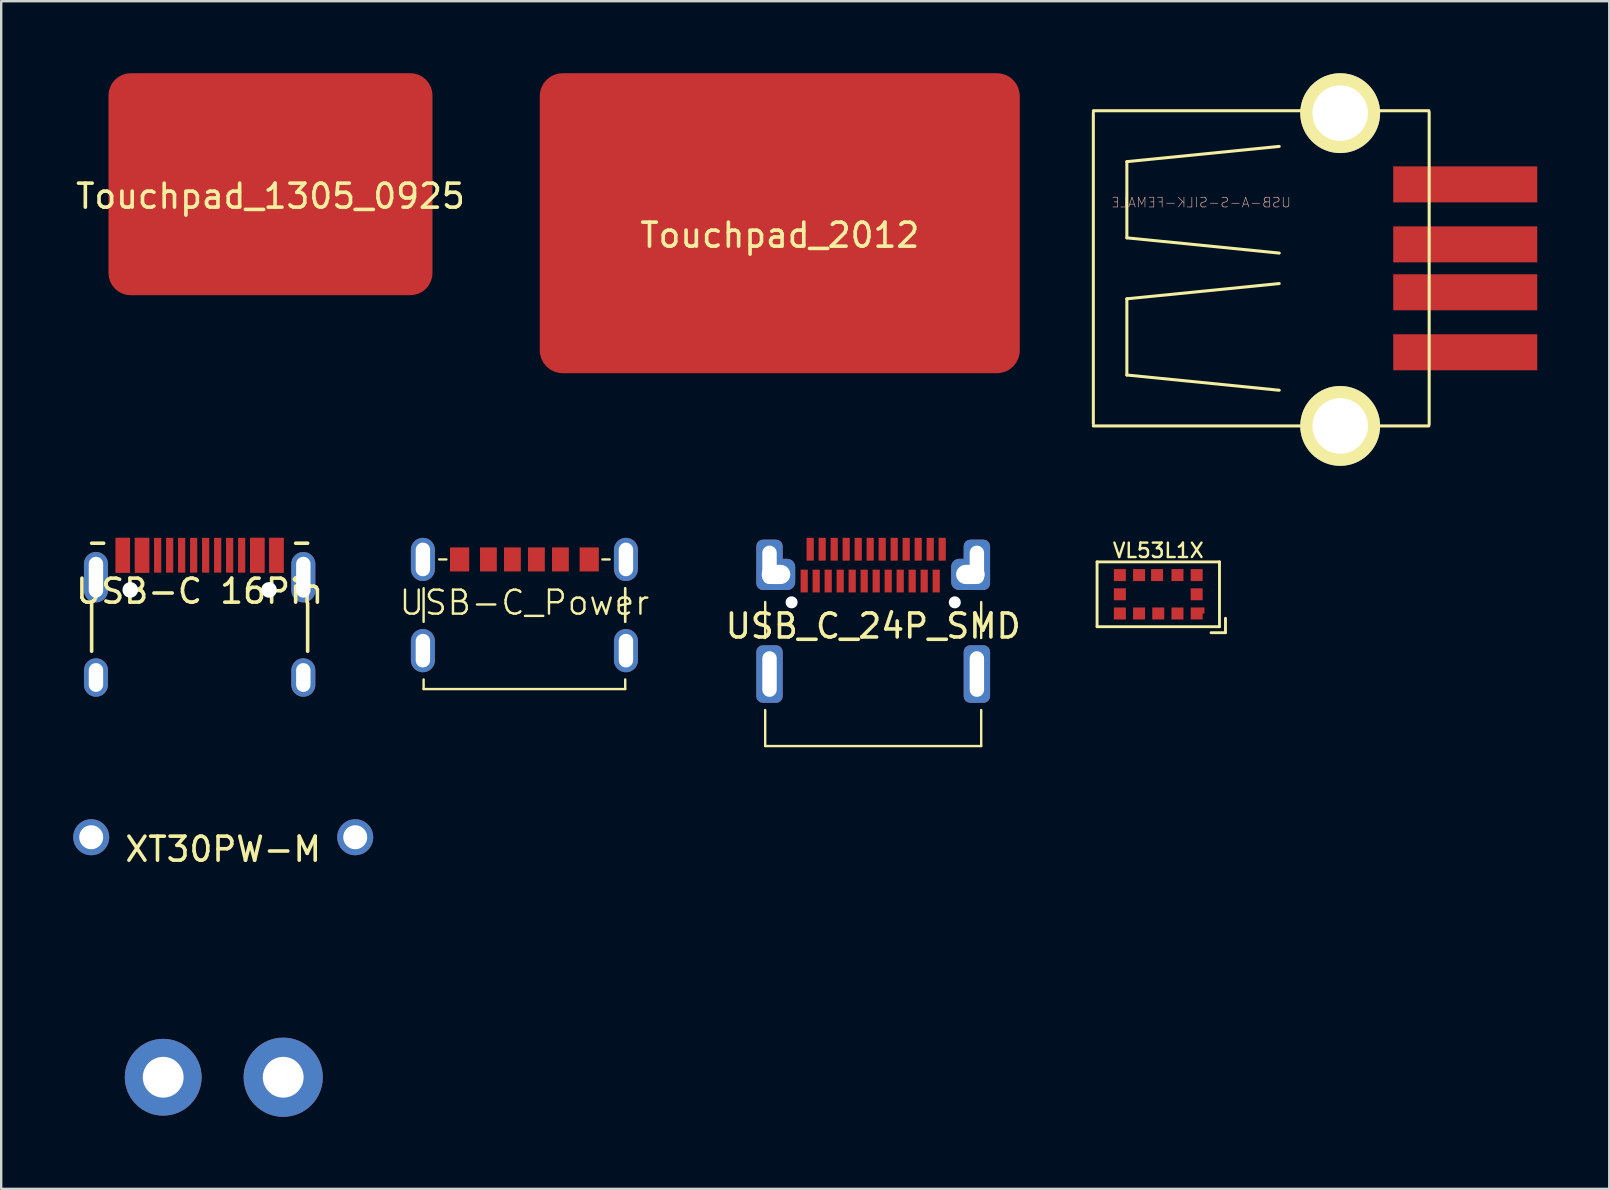
<source format=kicad_pcb>
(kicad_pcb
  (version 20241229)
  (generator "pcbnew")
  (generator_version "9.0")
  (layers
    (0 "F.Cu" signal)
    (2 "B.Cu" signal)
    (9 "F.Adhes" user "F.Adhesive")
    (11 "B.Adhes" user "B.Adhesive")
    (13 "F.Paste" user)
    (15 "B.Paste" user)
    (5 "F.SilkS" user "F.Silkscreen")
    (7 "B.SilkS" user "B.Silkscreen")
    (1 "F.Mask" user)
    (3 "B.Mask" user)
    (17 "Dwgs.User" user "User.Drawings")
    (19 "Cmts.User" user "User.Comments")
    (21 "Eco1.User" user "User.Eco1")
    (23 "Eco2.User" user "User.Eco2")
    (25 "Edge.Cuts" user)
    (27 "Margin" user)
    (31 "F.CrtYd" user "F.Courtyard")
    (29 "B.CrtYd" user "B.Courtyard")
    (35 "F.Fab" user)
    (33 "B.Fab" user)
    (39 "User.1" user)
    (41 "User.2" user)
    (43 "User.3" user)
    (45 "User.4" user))
  (footprint "USB_C_24P_SMD"
    (layer "F.Cu")
    (at 33.332 22.534)
    (property "Reference" "USB_C_24P_SMD" (at 0 0.5 0) (layer "F.SilkS") (effects (font (size 1 1) (thickness 0.15))))
    (attr through_hole)
    (fp_line (start -4.5 -0.5) (end -4.5 1) (stroke (width 0.1) (type solid)) (layer "F.SilkS"))
    (fp_line (start -4.5 4) (end -4.5 5.5) (stroke (width 0.1) (type solid)) (layer "F.SilkS"))
    (fp_line (start -4.5 5.5) (end 4.5 5.5) (stroke (width 0.1) (type solid)) (layer "F.SilkS"))
    (fp_line (start 4.5 1) (end 4.5 -0.5) (stroke (width 0.1) (type solid)) (layer "F.SilkS"))
    (fp_line (start 4.5 5.5) (end 4.5 4) (stroke (width 0.1) (type solid)) (layer "F.SilkS"))
    (pad "" np_thru_hole circle (at -3.4 -0.487) (size 0.5 0.5) (drill 0.5) (layers "*.Cu" "*.Mask"))
    (pad "" np_thru_hole circle (at 3.4 -0.487) (size 0.5 0.5) (drill 0.5) (layers "*.Cu" "*.Mask"))
    (pad "A1" smd rect (at -2.625 -2.7) (size 0.3 0.95) (layers "F.Cu" "F.Mask" "F.Paste"))
    (pad "A2" smd rect (at -2.125 -2.7) (size 0.3 0.95) (layers "F.Cu" "F.Mask" "F.Paste"))
    (pad "A3" smd rect (at -1.625 -2.7) (size 0.3 0.95) (layers "F.Cu" "F.Mask" "F.Paste"))
    (pad "A4" smd rect (at -1.125 -2.7) (size 0.3 0.95) (layers "F.Cu" "F.Mask" "F.Paste"))
    (pad "A5" smd rect (at -0.625 -2.7) (size 0.3 0.95) (layers "F.Cu" "F.Mask" "F.Paste"))
    (pad "A6" smd rect (at -0.125 -2.7) (size 0.3 0.95) (layers "F.Cu" "F.Mask" "F.Paste"))
    (pad "A7" smd rect (at 0.375 -2.7) (size 0.3 0.95) (layers "F.Cu" "F.Mask" "F.Paste"))
    (pad "A8" smd rect (at 0.875 -2.7) (size 0.3 0.95) (layers "F.Cu" "F.Mask" "F.Paste"))
    (pad "A9" smd rect (at 1.375 -2.7) (size 0.3 0.95) (layers "F.Cu" "F.Mask" "F.Paste"))
    (pad "A10" smd rect (at 1.875 -2.7) (size 0.3 0.95) (layers "F.Cu" "F.Mask" "F.Paste"))
    (pad "A11" smd rect (at 2.375 -2.7) (size 0.3 0.95) (layers "F.Cu" "F.Mask" "F.Paste"))
    (pad "A12" smd rect (at 2.875 -2.7) (size 0.3 0.95) (layers "F.Cu" "F.Mask" "F.Paste"))
    (pad "B1" smd rect (at 2.625 -1.375) (size 0.3 0.95) (layers "F.Cu" "F.Mask" "F.Paste"))
    (pad "B2" smd rect (at 2.125 -1.375) (size 0.3 0.95) (layers "F.Cu" "F.Mask" "F.Paste"))
    (pad "B3" smd rect (at 1.625 -1.375) (size 0.3 0.95) (layers "F.Cu" "F.Mask" "F.Paste"))
    (pad "B4" smd rect (at 1.125 -1.375) (size 0.3 0.95) (layers "F.Cu" "F.Mask" "F.Paste"))
    (pad "B5" smd rect (at 0.625 -1.375) (size 0.3 0.95) (layers "F.Cu" "F.Mask" "F.Paste"))
    (pad "B6" smd rect (at 0.125 -1.375) (size 0.3 0.95) (layers "F.Cu" "F.Mask" "F.Paste"))
    (pad "B7" smd rect (at -0.375 -1.375) (size 0.3 0.95) (layers "F.Cu" "F.Mask" "F.Paste"))
    (pad "B8" smd rect (at -0.875 -1.375) (size 0.3 0.95) (layers "F.Cu" "F.Mask" "F.Paste"))
    (pad "B9" smd rect (at -1.375 -1.375) (size 0.3 0.95) (layers "F.Cu" "F.Mask" "F.Paste"))
    (pad "B10" smd rect (at -1.875 -1.375) (size 0.3 0.95) (layers "F.Cu" "F.Mask" "F.Paste"))
    (pad "B11" smd rect (at -2.375 -1.375) (size 0.3 0.95) (layers "F.Cu" "F.Mask" "F.Paste"))
    (pad "B12" smd rect (at -2.875 -1.375) (size 0.3 0.95) (layers "F.Cu" "F.Mask" "F.Paste"))
    (pad "S1" thru_hole roundrect (at -4.32 -2.05) (size 1.1 2.1) (drill oval 0.6 1.6) (layers "*.Cu" "*.Mask" "F.Paste") (roundrect_rratio 0.25))
    (pad "S1" thru_hole roundrect (at -4.32 2.5) (size 1.1 2.4) (drill oval 0.6 1.9) (layers "*.Cu" "*.Mask" "F.Paste") (roundrect_rratio 0.25))
    (pad "S1" thru_hole roundrect (at -4.05 -1.65) (size 1.6 1.3) (drill oval 1.19 0.8) (layers "*.Cu" "*.Mask" "F.Paste") (roundrect_rratio 0.25))
    (pad "S1" thru_hole roundrect (at 4.05 -1.65) (size 1.6 1.3) (drill oval 1.19 0.8) (layers "*.Cu" "*.Mask" "F.Paste") (roundrect_rratio 0.25))
    (pad "S1" thru_hole roundrect (at 4.32 -2.05) (size 1.1 2.1) (drill oval 0.6 1.6) (layers "*.Cu" "*.Mask" "F.Paste") (roundrect_rratio 0.25))
    (pad "S1" thru_hole roundrect (at 4.32 2.5) (size 1.1 2.4) (drill oval 0.6 1.9) (layers "*.Cu" "*.Mask" "F.Paste") (roundrect_rratio 0.25)))
  (footprint "USB-C_Power"
    (layer "F.Cu")
    (at 18.8 20.259)
    (property "Reference" "USB-C_Power" (at 0 1.8 0) (layer "F.SilkS") (effects (font (size 1 1) (thickness 0.1))))
    (attr through_hole)
    (fp_line (start -4.2 2.6) (end -4.2 1.2) (stroke (width 0.1) (type solid)) (layer "F.SilkS"))
    (fp_line (start -4.2 5.4) (end -4.2 5) (stroke (width 0.1) (type solid)) (layer "F.SilkS"))
    (fp_line (start -4.2 5.4) (end 4.2 5.4) (stroke (width 0.1) (type solid)) (layer "F.SilkS"))
    (fp_line (start -3.55 0) (end -3.25 0) (stroke (width 0.1) (type solid)) (layer "F.SilkS"))
    (fp_line (start 3.55 0) (end 3.25 0) (stroke (width 0.1) (type solid)) (layer "F.SilkS"))
    (fp_line (start 4.2 2.6) (end 4.2 1.2) (stroke (width 0.11) (type solid)) (layer "F.SilkS"))
    (fp_line (start 4.2 5.4) (end 4.2 5) (stroke (width 0.1) (type solid)) (layer "F.SilkS"))
    (pad "1" thru_hole oval (at -4.23 0) (size 1 1.8) (drill oval 0.6 1.4) (layers "*.Cu" "*.Mask"))
    (pad "1" thru_hole oval (at -4.23 3.8) (size 1 1.8) (drill oval 0.6 1.4) (layers "*.Cu" "*.Mask"))
    (pad "1" smd rect (at -2.7 0) (size 0.8 1) (layers "F.Cu" "F.Mask" "F.Paste"))
    (pad "2" smd rect (at -1.5 0) (size 0.7 1) (layers "F.Cu" "F.Mask" "F.Paste"))
    (pad "3" smd rect (at -0.5 0) (size 0.7 1) (layers "F.Cu" "F.Mask" "F.Paste"))
    (pad "4" smd rect (at 0.5 0) (size 0.7 1) (layers "F.Cu" "F.Mask" "F.Paste"))
    (pad "5" smd rect (at 1.5 0) (size 0.7 1) (layers "F.Cu" "F.Mask" "F.Paste"))
    (pad "6" smd rect (at 2.7 0) (size 0.8 1) (layers "F.Cu" "F.Mask" "F.Paste"))
    (pad "6" thru_hole oval (at 4.23 0) (size 1 1.8) (drill oval 0.6 1.4) (layers "*.Cu" "*.Mask"))
    (pad "6" thru_hole oval (at 4.23 3.8) (size 1 1.8) (drill oval 0.6 1.4) (layers "*.Cu" "*.Mask")))
  (footprint "VL53L1X"
    (layer "F.Cu")
    (at 45.21 21.711)
    (property "Reference" "VL53L1X" (at 0 -1.825 0) (layer "F.SilkS") (effects (font (size 0.6 0.6) (thickness 0.1))))
    (attr through_hole)
    (fp_line (start -2.55 -1.35) (end 2.55 -1.35) (stroke (width 0.12) (type solid)) (layer "F.SilkS"))
    (fp_line (start -2.55 1.35) (end -2.55 -1.35) (stroke (width 0.12) (type solid)) (layer "F.SilkS"))
    (fp_line (start 2.55 -1.35) (end 2.55 1.35) (stroke (width 0.12) (type solid)) (layer "F.SilkS"))
    (fp_line (start 2.55 1.35) (end -2.55 1.35) (stroke (width 0.12) (type solid)) (layer "F.SilkS"))
    (fp_line (start 2.8 1) (end 2.8 1.6) (stroke (width 0.12) (type solid)) (layer "F.SilkS"))
    (fp_line (start 2.8 1.6) (end 2.2 1.6) (stroke (width 0.12) (type solid)) (layer "F.SilkS"))
    (pad "1" smd custom (at 1.6 0.8) (size 0.5 0.5) (layers "F.Cu" "F.Mask" "F.Paste") (options (anchor rect)) (primitives (gr_poly (pts (xy 0.325 0) (xy 0.25 0) (xy 0.25 -0.25) (xy 0.325 -0.25)) (width 0) (fill yes))))
    (pad "2" smd rect (at 0.8 0.8) (size 0.5 0.5) (layers "F.Cu" "F.Mask" "F.Paste"))
    (pad "3" smd rect (at 0 0.8) (size 0.5 0.5) (layers "F.Cu" "F.Mask" "F.Paste"))
    (pad "4" smd rect (at -0.8 0.8) (size 0.5 0.5) (layers "F.Cu" "F.Mask" "F.Paste"))
    (pad "5" smd rect (at -1.6 0.8) (size 0.5 0.5) (layers "F.Cu" "F.Mask" "F.Paste"))
    (pad "6" smd rect (at -1.6 0) (size 0.5 0.5) (layers "F.Cu" "F.Mask" "F.Paste"))
    (pad "7" smd rect (at -1.6 -0.8) (size 0.5 0.5) (layers "F.Cu" "F.Mask" "F.Paste"))
    (pad "8" smd rect (at -0.8 -0.8) (size 0.5 0.5) (layers "F.Cu" "F.Mask" "F.Paste"))
    (pad "9" smd rect (at -0.05 -0.8) (size 0.5 0.5) (layers "F.Cu" "F.Mask" "F.Paste"))
    (pad "10" smd rect (at 0.8 -0.8) (size 0.5 0.5) (layers "F.Cu" "F.Mask" "F.Paste"))
    (pad "11" smd rect (at 1.6 -0.8) (size 0.5 0.5) (layers "F.Cu" "F.Mask" "F.Paste"))
    (pad "12" smd rect (at 1.6 0) (size 0.5 0.5) (layers "F.Cu" "F.Mask" "F.Paste")))
  (footprint "XT30PW-M"
    (layer "F.Cu")
    (at 6.25 31.834)
    (property "Reference" "XT30PW-M" (at 0 0.5 0) (layer "F.SilkS") (effects (font (size 1 1) (thickness 0.15))))
    (attr through_hole)
    (pad "1" thru_hole circle (at -2.5 10) (size 3.2 3.2) (drill 1.7) (layers "*.Cu" "*.Mask"))
    (pad "2" thru_hole circle (at 2.5 10) (size 3.3 3.3) (drill 1.7) (layers "*.Cu" "*.Mask"))
    (pad "MP" thru_hole circle (at -5.5 0) (size 1.5 1.5) (drill 1) (layers "*.Cu" "*.Mask"))
    (pad "MP" thru_hole circle (at 5.5 0) (size 1.5 1.5) (drill 1) (layers "*.Cu" "*.Mask")))
  (footprint "Touchpad_2012"
    (layer "F.Cu")
    (at 29.44 6.25)
    (property "Reference" "Touchpad_2012" (at 0 0.5 0) (layer "F.SilkS") (effects (font (size 1 1) (thickness 0.15))))
    (attr through_hole)
    (pad "1" smd roundrect (at 0 0) (size 20 12.5) (layers "F.Cu") (roundrect_rratio 0.076)))
  (footprint "Touchpad_1305_0925"
    (layer "F.Cu")
    (at 8.22 4.625)
    (property "Reference" "Touchpad_1305_0925" (at 0 0.5 0) (layer "F.SilkS") (effects (font (size 1 1) (thickness 0.15))))
    (attr through_hole)
    (pad "1" smd roundrect (at 0 0) (size 13.5 9.25) (layers "F.Cu") (roundrect_rratio 0.1)))
  (footprint "USB-A-S-SILK-FEMALE"
    (layer "F.Cu")
    (at 49.789 8.13)
    (property "Reference" "USB-A-S-SILK-FEMALE" (at -2.794 -2.743 0) (layer "B.SilkS") (effects (font (size 0.406 0.406) (thickness 0.025)) (justify mirror)))
    (attr smd)
    (fp_line (start -7.285 -6.477) (end -7.285 6.477) (stroke (width 0.127) (type solid)) (layer "F.SilkS"))
    (fp_line (start -5.888 -4.445) (end -5.888 -1.27) (stroke (width 0.127) (type solid)) (layer "F.SilkS"))
    (fp_line (start -5.888 -1.27) (end 0.46 -0.635) (stroke (width 0.127) (type solid)) (layer "F.SilkS"))
    (fp_line (start -5.888 1.27) (end 0.46 0.635) (stroke (width 0.127) (type solid)) (layer "F.SilkS"))
    (fp_line (start -5.888 4.445) (end -5.888 1.27) (stroke (width 0.127) (type solid)) (layer "F.SilkS"))
    (fp_line (start 0.46 -5.08) (end -5.888 -4.445) (stroke (width 0.127) (type solid)) (layer "F.SilkS"))
    (fp_line (start 0.46 5.08) (end -5.888 4.445) (stroke (width 0.127) (type solid)) (layer "F.SilkS"))
    (fp_line (start 6.695 -6.566) (end -7.285 -6.566) (stroke (width 0.127) (type solid)) (layer "F.SilkS"))
    (fp_line (start 6.695 6.566) (end -7.285 6.566) (stroke (width 0.127) (type solid)) (layer "F.SilkS"))
    (fp_line (start 6.708 -6.502) (end 6.708 6.502) (stroke (width 0.127) (type solid)) (layer "F.SilkS"))
    (pad "1" smd rect (at 8.211 -3.498) (size 6 1.5) (layers "F.Cu" "F.Mask"))
    (pad "2" smd rect (at 8.211 -0.998) (size 6 1.5) (layers "F.Cu" "F.Mask"))
    (pad "3" smd rect (at 8.211 0.998) (size 6 1.5) (layers "F.Cu" "F.Mask"))
    (pad "4" smd rect (at 8.211 3.498) (size 6 1.5) (layers "F.Cu" "F.Mask"))
    (pad "5" thru_hole circle (at 3 -6.466) (size 3.327 3.327) (drill 2.311) (layers "*.Cu" "F.Mask" "F.SilkS"))
    (pad "5" thru_hole circle (at 3 6.566) (size 3.327 3.327) (drill 2.311) (layers "*.Cu" "F.Mask" "F.SilkS")))
  (footprint "USB-C 16Pin"
    (layer "F.Cu")
    (at 5.268 20.084)
    (property "Reference" "USB-C 16Pin" (at 0 1.5 0) (layer "F.SilkS") (effects (font (size 1 1) (thickness 0.15))))
    (attr through_hole)
    (fp_line (start -4.5 -0.5) (end -4 -0.5) (stroke (width 0.15) (type solid)) (layer "F.SilkS"))
    (fp_line (start -4.5 2) (end -4.5 4) (stroke (width 0.15) (type solid)) (layer "F.SilkS"))
    (fp_line (start 4 -0.5) (end 4.5 -0.5) (stroke (width 0.15) (type solid)) (layer "F.SilkS"))
    (fp_line (start 4.5 4) (end 4.5 2) (stroke (width 0.15) (type solid)) (layer "F.SilkS"))
    (fp_line (start -4.5 7.695) (end -4.5 6) (stroke (width 0.15) (type solid)) (layer "Eco1.User"))
    (fp_line (start 4.5 6) (end 4.5 7.695) (stroke (width 0.15) (type solid)) (layer "Eco1.User"))
    (fp_line (start 4.5 7.695) (end -4.5 7.695) (stroke (width 0.15) (type solid)) (layer "Eco1.User"))
    (pad "" np_thru_hole circle (at -2.89 1.445) (size 0.65 0.65) (drill 0.65) (layers "*.Cu" "*.Mask"))
    (pad "" np_thru_hole circle (at 2.89 1.445) (size 0.65 0.65) (drill 0.65) (layers "*.Cu" "*.Mask"))
    (pad "A1" smd rect (at -3.2 0) (size 0.6 1.45) (layers "F.Cu" "F.Mask" "F.Paste"))
    (pad "A4" smd rect (at -2.4 0) (size 0.6 1.45) (layers "F.Cu" "F.Mask" "F.Paste"))
    (pad "A5" smd rect (at -1.25 0) (size 0.3 1.45) (layers "F.Cu" "F.Mask" "F.Paste"))
    (pad "A6" smd rect (at -0.25 0) (size 0.3 1.45) (layers "F.Cu" "F.Mask" "F.Paste"))
    (pad "A7" smd rect (at 0.25 0) (size 0.3 1.45) (layers "F.Cu" "F.Mask" "F.Paste"))
    (pad "A8" smd rect (at 1.25 0) (size 0.3 1.45) (layers "F.Cu" "F.Mask" "F.Paste"))
    (pad "A9" smd rect (at -2.4 0) (size 0.6 1.45) (layers "F.Cu" "F.Mask" "F.Paste"))
    (pad "A12" smd rect (at -3.2 0) (size 0.6 1.45) (layers "F.Cu" "F.Mask" "F.Paste"))
    (pad "B1" smd rect (at 3.2 0) (size 0.6 1.45) (layers "F.Cu" "F.Mask" "F.Paste"))
    (pad "B4" smd rect (at 2.4 0) (size 0.6 1.45) (layers "F.Cu" "F.Mask" "F.Paste"))
    (pad "B5" smd rect (at 1.75 0) (size 0.3 1.45) (layers "F.Cu" "F.Mask" "F.Paste"))
    (pad "B6" smd rect (at 0.75 0) (size 0.3 1.45) (layers "F.Cu" "F.Mask" "F.Paste"))
    (pad "B7" smd rect (at -0.75 0) (size 0.3 1.45) (layers "F.Cu" "F.Mask" "F.Paste"))
    (pad "B8" smd rect (at -1.75 0) (size 0.3 1.45) (layers "F.Cu" "F.Mask" "F.Paste"))
    (pad "B9" smd rect (at 2.4 0) (size 0.6 1.45) (layers "F.Cu" "F.Mask" "F.Paste"))
    (pad "B12" smd rect (at 3.2 0) (size 0.6 1.45) (layers "F.Cu" "F.Mask" "F.Paste"))
    (pad "S1" thru_hole oval (at -4.32 0.915) (size 1 2.1) (drill oval 0.6 1.7) (layers "*.Cu" "*.Mask"))
    (pad "S1" thru_hole oval (at -4.32 5.095) (size 1 1.6) (drill oval 0.6 1.2) (layers "*.Cu" "*.Mask"))
    (pad "S1" thru_hole oval (at 4.32 0.915) (size 1 2.1) (drill oval 0.6 1.7) (layers "*.Cu" "*.Mask"))
    (pad "S1" thru_hole oval (at 4.32 5.095) (size 1 1.6) (drill oval 0.6 1.2) (layers "*.Cu" "*.Mask")))
  (gr_rect
    (start -3 -3)
    (end 64 46.484)
    (stroke (width 0.1) (type default))
    (fill no)
    (layer "Edge.Cuts")))
</source>
